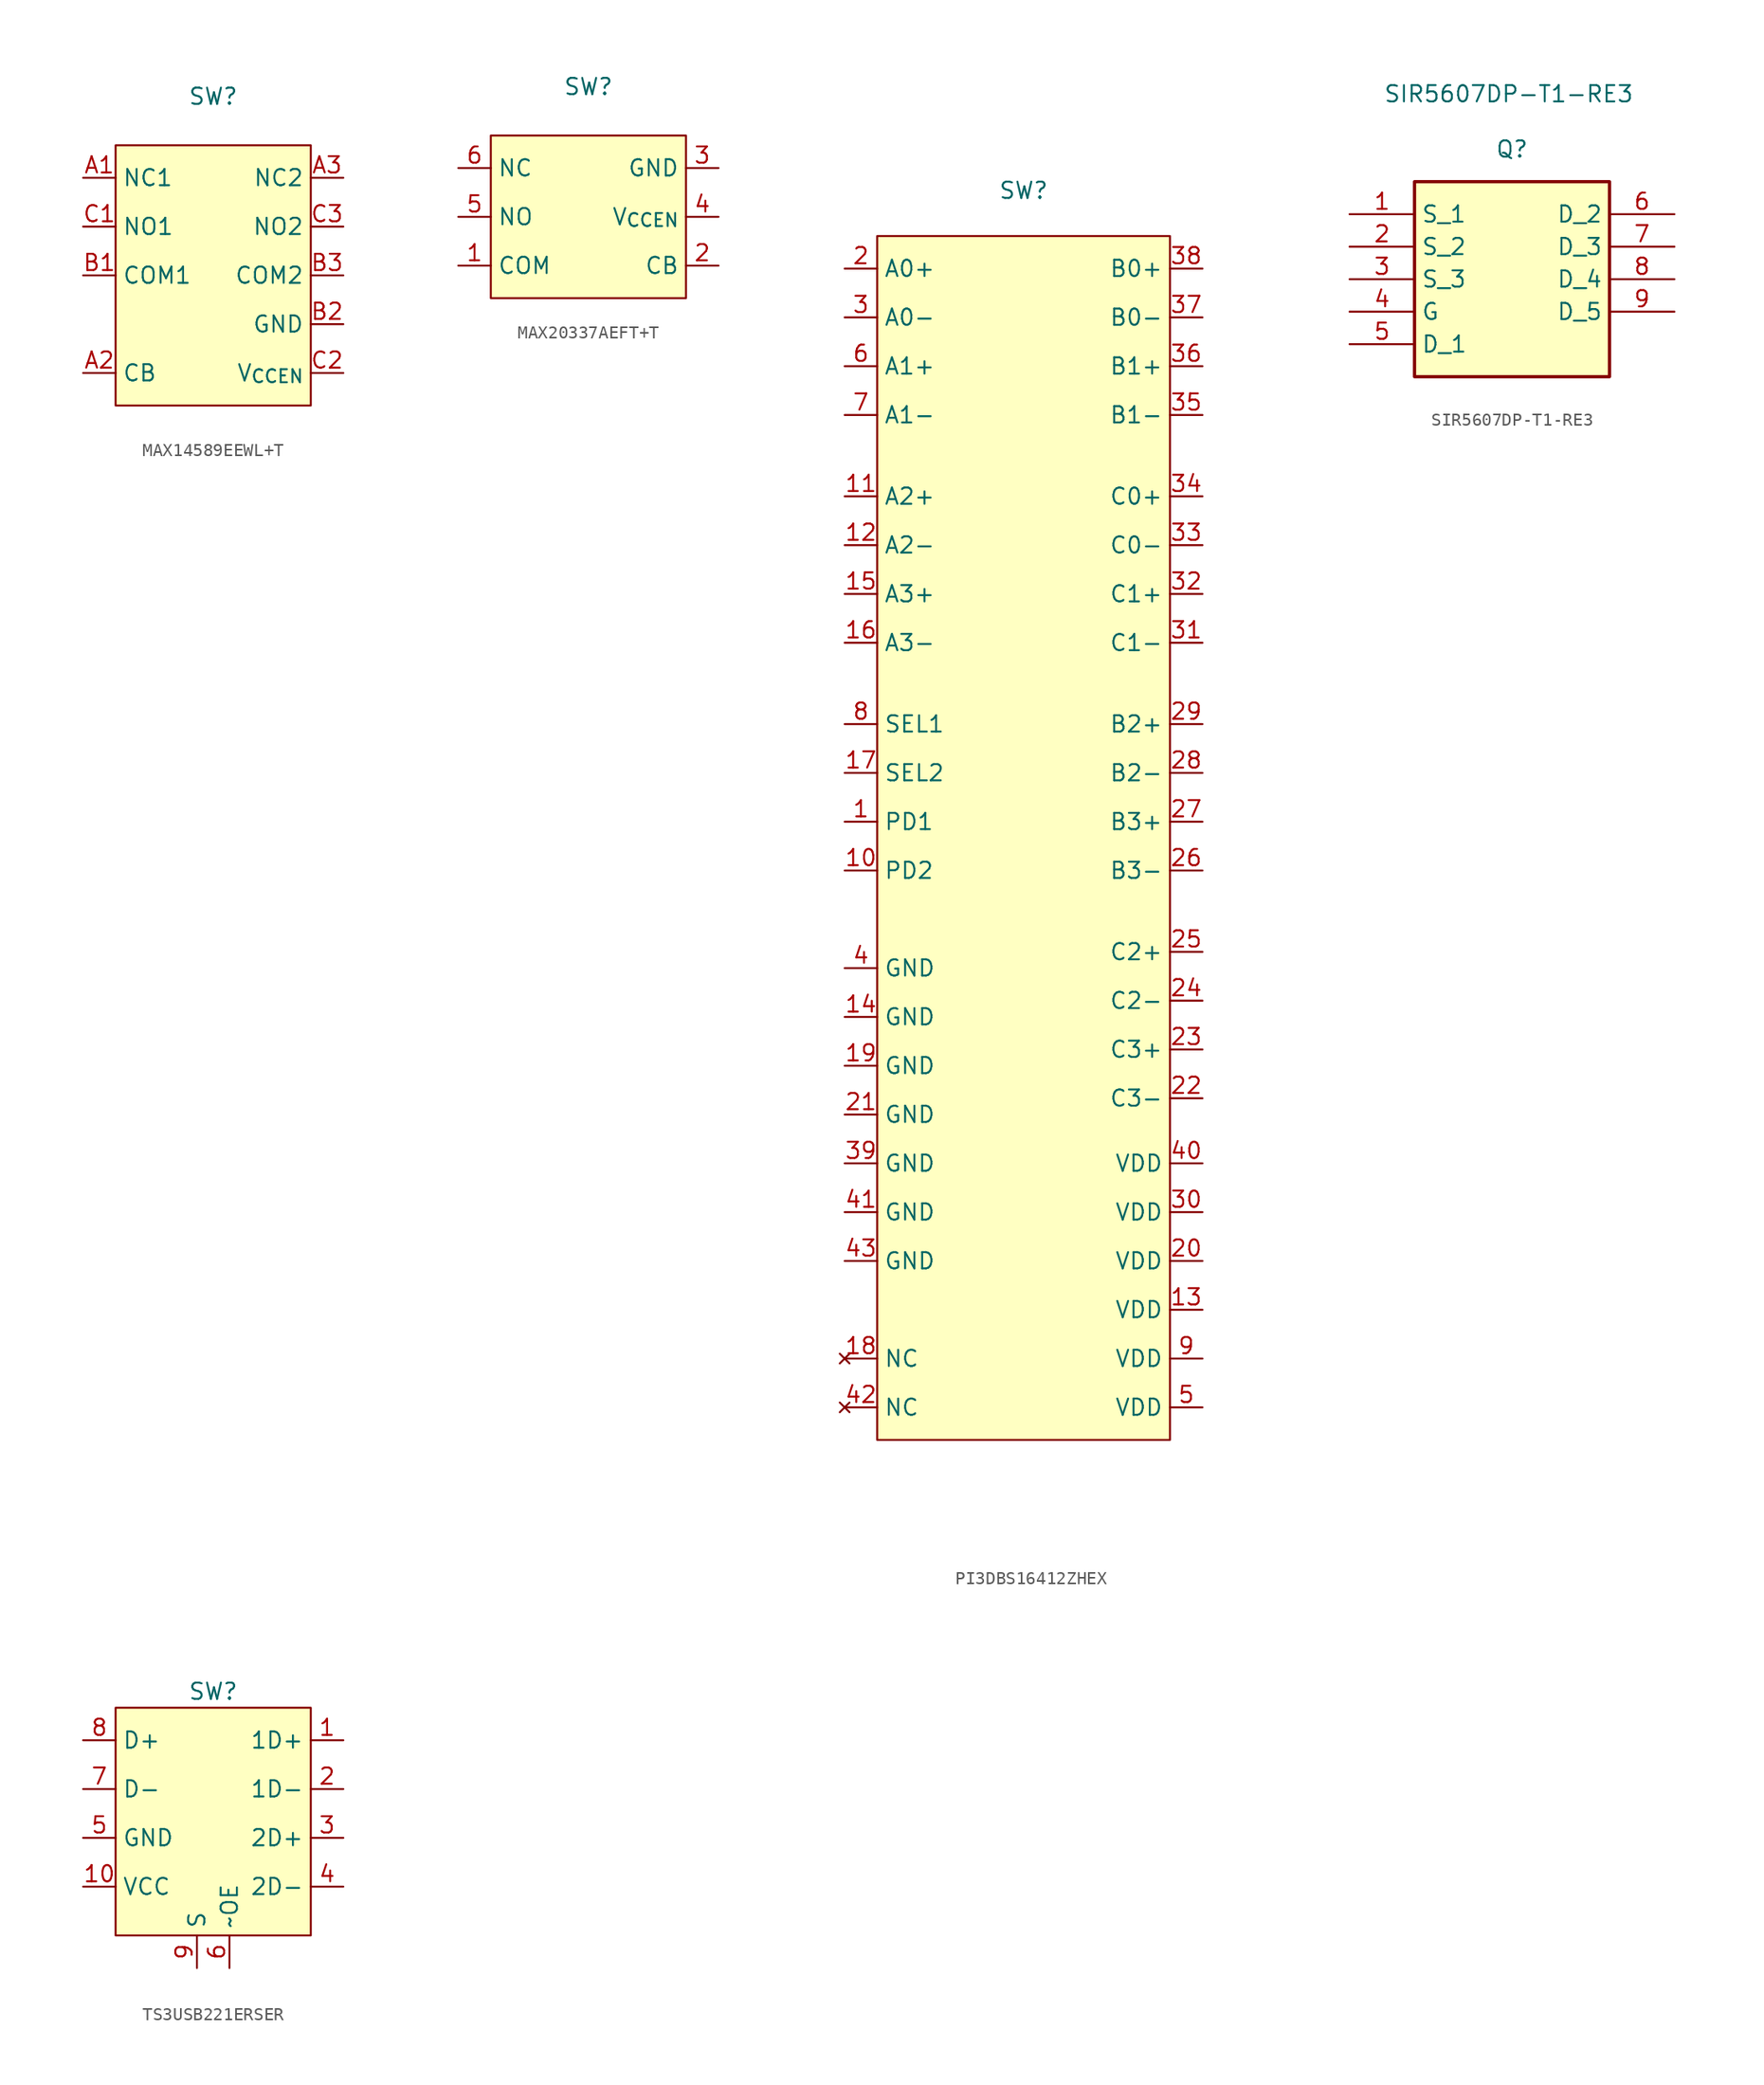
<source format=kicad_sym>
(kicad_symbol_lib
  (version 20231120)
  (generator "kicad_symbol_editor")
  (generator_version "8.0")
  (symbol "MAX14589EEWL+T"
    (property "Reference" "SW"
      (at 0 1.27 0)
      (effects (font (size 1.27 1.27))))
    (property "Value" ""
      (at 0 0 0)
      (effects (font (size 1.27 1.27))))
    (symbol "MAX14589EEWL+T_1_1"
      (rectangle (start -7.62 -2.54) (end 7.62 -22.86) (stroke (width 0) (type default)) (fill (type background)))
      (pin bidirectional line (at -10.16 -5.08 0) (length 2.54) (name "NC1" (effects (font (size 1.27 1.27)))) (number "A1" (effects (font (size 1.27 1.27)))))
      (pin input line (at -10.16 -20.32 0) (length 2.54) (name "CB" (effects (font (size 1.27 1.27)))) (number "A2" (effects (font (size 1.27 1.27)))))
      (pin bidirectional line (at 10.16 -5.08 180) (length 2.54) (name "NC2" (effects (font (size 1.27 1.27)))) (number "A3" (effects (font (size 1.27 1.27)))))
      (pin bidirectional line (at -10.16 -12.7 0) (length 2.54) (name "COM1" (effects (font (size 1.27 1.27)))) (number "B1" (effects (font (size 1.27 1.27)))))
      (pin power_in line (at 10.16 -16.51 180) (length 2.54) (name "GND" (effects (font (size 1.27 1.27)))) (number "B2" (effects (font (size 1.27 1.27)))))
      (pin bidirectional line (at 10.16 -12.7 180) (length 2.54) (name "COM2" (effects (font (size 1.27 1.27)))) (number "B3" (effects (font (size 1.27 1.27)))))
      (pin bidirectional line (at -10.16 -8.89 0) (length 2.54) (name "NO1" (effects (font (size 1.27 1.27)))) (number "C1" (effects (font (size 1.27 1.27)))))
      (pin power_in line (at 10.16 -20.32 180) (length 2.54) (name "V_{CCEN}" (effects (font (size 1.27 1.27)))) (number "C2" (effects (font (size 1.27 1.27)))))
      (pin bidirectional line (at 10.16 -8.89 180) (length 2.54) (name "NO2" (effects (font (size 1.27 1.27)))) (number "C3" (effects (font (size 1.27 1.27)))))))
  (symbol "MAX20337AEFT+T"
    (property "Reference" "SW"
      (at 0 1.27 0)
      (effects (font (size 1.27 1.27))))
    (property "Value" ""
      (at 0 1.27 0)
      (effects (font (size 1.27 1.27))))
    (symbol "MAX20337AEFT+T_1_1"
      (rectangle (start -7.62 -2.54) (end 7.62 -15.24) (stroke (width 0) (type default)) (fill (type background)))
      (pin bidirectional line (at -10.16 -12.7 0) (length 2.54) (name "COM" (effects (font (size 1.27 1.27)))) (number "1" (effects (font (size 1.27 1.27)))))
      (pin input line (at 10.16 -12.7 180) (length 2.54) (name "CB" (effects (font (size 1.27 1.27)))) (number "2" (effects (font (size 1.27 1.27)))))
      (pin power_in line (at 10.16 -5.08 180) (length 2.54) (name "GND" (effects (font (size 1.27 1.27)))) (number "3" (effects (font (size 1.27 1.27)))))
      (pin power_in line (at 10.16 -8.89 180) (length 2.54) (name "V_{CCEN}" (effects (font (size 1.27 1.27)))) (number "4" (effects (font (size 1.27 1.27)))))
      (pin bidirectional line (at -10.16 -8.89 0) (length 2.54) (name "NO" (effects (font (size 1.27 1.27)))) (number "5" (effects (font (size 1.27 1.27)))))
      (pin bidirectional line (at -10.16 -5.08 0) (length 2.54) (name "NC" (effects (font (size 1.27 1.27)))) (number "6" (effects (font (size 1.27 1.27)))))))
  (symbol "PI3DBS16412ZHEX"
    (property "Reference" "SW"
      (at 0 1.016 0)
      (effects (font (size 1.27 1.27))))
    (property "Value" ""
      (at 15.24 0 0)
      (effects (font (size 1.27 1.27))))
    (symbol "PI3DBS16412ZHEX_1_0"
      (pin input line (at -13.97 -48.26 0) (length 2.54) (name "PD1" (effects (font (size 1.27 1.27)))) (number "1" (effects (font (size 1.27 1.27)))))
      (pin input line (at -13.97 -52.07 0) (length 2.54) (name "PD2" (effects (font (size 1.27 1.27)))) (number "10" (effects (font (size 1.27 1.27)))))
      (pin power_in line (at 13.97 -86.36 180) (length 2.54) (name "VDD" (effects (font (size 1.27 1.27)))) (number "13" (effects (font (size 1.27 1.27)))))
      (pin power_in line (at -13.97 -63.5 0) (length 2.54) (name "GND" (effects (font (size 1.27 1.27)))) (number "14" (effects (font (size 1.27 1.27)))))
      (pin output line (at -13.97 -30.48 0) (length 2.54) (name "A3+" (effects (font (size 1.27 1.27)))) (number "15" (effects (font (size 1.27 1.27)))))
      (pin output line (at -13.97 -34.29 0) (length 2.54) (name "A3-" (effects (font (size 1.27 1.27)))) (number "16" (effects (font (size 1.27 1.27)))))
      (pin input line (at -13.97 -44.45 0) (length 2.54) (name "SEL2" (effects (font (size 1.27 1.27)))) (number "17" (effects (font (size 1.27 1.27)))))
      (pin no_connect line (at -13.97 -90.17 0) (length 2.54) (name "NC" (effects (font (size 1.27 1.27)))) (number "18" (effects (font (size 1.27 1.27)))))
      (pin power_in line (at -13.97 -67.31 0) (length 2.54) (name "GND" (effects (font (size 1.27 1.27)))) (number "19" (effects (font (size 1.27 1.27)))))
      (pin power_in line (at 13.97 -82.55 180) (length 2.54) (name "VDD" (effects (font (size 1.27 1.27)))) (number "20" (effects (font (size 1.27 1.27)))))
      (pin power_in line (at -13.97 -71.12 0) (length 2.54) (name "GND" (effects (font (size 1.27 1.27)))) (number "21" (effects (font (size 1.27 1.27)))))
      (pin input line (at 13.97 -69.85 180) (length 2.54) (name "C3-" (effects (font (size 1.27 1.27)))) (number "22" (effects (font (size 1.27 1.27)))))
      (pin input line (at 13.97 -66.04 180) (length 2.54) (name "C3+" (effects (font (size 1.27 1.27)))) (number "23" (effects (font (size 1.27 1.27)))))
      (pin input line (at 13.97 -62.23 180) (length 2.54) (name "C2-" (effects (font (size 1.27 1.27)))) (number "24" (effects (font (size 1.27 1.27)))))
      (pin input line (at 13.97 -58.42 180) (length 2.54) (name "C2+" (effects (font (size 1.27 1.27)))) (number "25" (effects (font (size 1.27 1.27)))))
      (pin input line (at 13.97 -52.07 180) (length 2.54) (name "B3-" (effects (font (size 1.27 1.27)))) (number "26" (effects (font (size 1.27 1.27)))))
      (pin input line (at 13.97 -48.26 180) (length 2.54) (name "B3+" (effects (font (size 1.27 1.27)))) (number "27" (effects (font (size 1.27 1.27)))))
      (pin input line (at 13.97 -44.45 180) (length 2.54) (name "B2-" (effects (font (size 1.27 1.27)))) (number "28" (effects (font (size 1.27 1.27)))))
      (pin input line (at 13.97 -40.64 180) (length 2.54) (name "B2+" (effects (font (size 1.27 1.27)))) (number "29" (effects (font (size 1.27 1.27)))))
      (pin power_in line (at 13.97 -78.74 180) (length 2.54) (name "VDD" (effects (font (size 1.27 1.27)))) (number "30" (effects (font (size 1.27 1.27)))))
      (pin input line (at 13.97 -34.29 180) (length 2.54) (name "C1-" (effects (font (size 1.27 1.27)))) (number "31" (effects (font (size 1.27 1.27)))))
      (pin input line (at 13.97 -30.48 180) (length 2.54) (name "C1+" (effects (font (size 1.27 1.27)))) (number "32" (effects (font (size 1.27 1.27)))))
      (pin input line (at 13.97 -26.67 180) (length 2.54) (name "C0-" (effects (font (size 1.27 1.27)))) (number "33" (effects (font (size 1.27 1.27)))))
      (pin input line (at 13.97 -22.86 180) (length 2.54) (name "C0+" (effects (font (size 1.27 1.27)))) (number "34" (effects (font (size 1.27 1.27)))))
      (pin input line (at 13.97 -16.51 180) (length 2.54) (name "B1-" (effects (font (size 1.27 1.27)))) (number "35" (effects (font (size 1.27 1.27)))))
      (pin input line (at 13.97 -12.7 180) (length 2.54) (name "B1+" (effects (font (size 1.27 1.27)))) (number "36" (effects (font (size 1.27 1.27)))))
      (pin input line (at 13.97 -8.89 180) (length 2.54) (name "B0-" (effects (font (size 1.27 1.27)))) (number "37" (effects (font (size 1.27 1.27)))))
      (pin input line (at 13.97 -5.08 180) (length 2.54) (name "B0+" (effects (font (size 1.27 1.27)))) (number "38" (effects (font (size 1.27 1.27)))))
      (pin power_in line (at -13.97 -74.93 0) (length 2.54) (name "GND" (effects (font (size 1.27 1.27)))) (number "39" (effects (font (size 1.27 1.27)))))
      (pin power_in line (at -13.97 -59.69 0) (length 2.54) (name "GND" (effects (font (size 1.27 1.27)))) (number "4" (effects (font (size 1.27 1.27)))))
      (pin power_in line (at 13.97 -74.93 180) (length 2.54) (name "VDD" (effects (font (size 1.27 1.27)))) (number "40" (effects (font (size 1.27 1.27)))))
      (pin power_in line (at -13.97 -78.74 0) (length 2.54) (name "GND" (effects (font (size 1.27 1.27)))) (number "41" (effects (font (size 1.27 1.27)))))
      (pin no_connect line (at -13.97 -93.98 0) (length 2.54) (name "NC" (effects (font (size 1.27 1.27)))) (number "42" (effects (font (size 1.27 1.27)))))
      (pin power_in line (at -13.97 -82.55 0) (length 2.54) (name "GND" (effects (font (size 1.27 1.27)))) (number "43" (effects (font (size 1.27 1.27)))))
      (pin power_in line (at 13.97 -93.98 180) (length 2.54) (name "VDD" (effects (font (size 1.27 1.27)))) (number "5" (effects (font (size 1.27 1.27)))))
      (pin input line (at -13.97 -40.64 0) (length 2.54) (name "SEL1" (effects (font (size 1.27 1.27)))) (number "8" (effects (font (size 1.27 1.27)))))
      (pin power_in line (at 13.97 -90.17 180) (length 2.54) (name "VDD" (effects (font (size 1.27 1.27)))) (number "9" (effects (font (size 1.27 1.27))))))
    (symbol "PI3DBS16412ZHEX_1_1"
      (rectangle (start -11.43 -2.54) (end 11.43 -96.52) (stroke (width 0) (type default)) (fill (type background)))
      (pin output line (at -13.97 -22.86 0) (length 2.54) (name "A2+" (effects (font (size 1.27 1.27)))) (number "11" (effects (font (size 1.27 1.27)))))
      (pin output line (at -13.97 -26.67 0) (length 2.54) (name "A2-" (effects (font (size 1.27 1.27)))) (number "12" (effects (font (size 1.27 1.27)))))
      (pin output line (at -13.97 -5.08 0) (length 2.54) (name "A0+" (effects (font (size 1.27 1.27)))) (number "2" (effects (font (size 1.27 1.27)))))
      (pin output line (at -13.97 -8.89 0) (length 2.54) (name "A0-" (effects (font (size 1.27 1.27)))) (number "3" (effects (font (size 1.27 1.27)))))
      (pin output line (at -13.97 -12.7 0) (length 2.54) (name "A1+" (effects (font (size 1.27 1.27)))) (number "6" (effects (font (size 1.27 1.27)))))
      (pin output line (at -13.97 -16.51 0) (length 2.54) (name "A1-" (effects (font (size 1.27 1.27)))) (number "7" (effects (font (size 1.27 1.27)))))))
  (symbol "SIR5607DP-T1-RE3"
    (property "Reference" "Q"
      (at 12.7 5.08 0)
      (effects (font (size 1.27 1.27))))
    (property "Value" "SIR5607DP-T1-RE3 "
      (at 12.446 9.398 0)
      (effects (font (size 1.27 1.27))))
    (symbol "SIR5607DP-T1-RE3_1_1"
      (rectangle (start 5.08 2.54) (end 20.32 -12.7) (stroke (width 0.254) (type default)) (fill (type background)))
      (pin passive line (at 0 0 0) (length 5.08) (name "S_1" (effects (font (size 1.27 1.27)))) (number "1" (effects (font (size 1.27 1.27)))))
      (pin passive line (at 0 -2.54 0) (length 5.08) (name "S_2" (effects (font (size 1.27 1.27)))) (number "2" (effects (font (size 1.27 1.27)))))
      (pin passive line (at 0 -5.08 0) (length 5.08) (name "S_3" (effects (font (size 1.27 1.27)))) (number "3" (effects (font (size 1.27 1.27)))))
      (pin passive line (at 0 -7.62 0) (length 5.08) (name "G" (effects (font (size 1.27 1.27)))) (number "4" (effects (font (size 1.27 1.27)))))
      (pin passive line (at 0 -10.16 0) (length 5.08) (name "D_1" (effects (font (size 1.27 1.27)))) (number "5" (effects (font (size 1.27 1.27)))))
      (pin passive line (at 25.4 0 180) (length 5.08) (name "D_2" (effects (font (size 1.27 1.27)))) (number "6" (effects (font (size 1.27 1.27)))))
      (pin passive line (at 25.4 -2.54 180) (length 5.08) (name "D_3" (effects (font (size 1.27 1.27)))) (number "7" (effects (font (size 1.27 1.27)))))
      (pin passive line (at 25.4 -5.08 180) (length 5.08) (name "D_4" (effects (font (size 1.27 1.27)))) (number "8" (effects (font (size 1.27 1.27)))))
      (pin passive line (at 25.4 -7.62 180) (length 5.08) (name "D_5" (effects (font (size 1.27 1.27)))) (number "9" (effects (font (size 1.27 1.27)))))))
  (symbol "TS3USB221ERSER"
    (property "Reference" "SW"
      (at 0 -1.27 0)
      (effects (font (size 1.27 1.27))))
    (property "Value" ""
      (at -2.54 -3.81 0)
      (effects (font (size 1.27 1.27))))
    (symbol "TS3USB221ERSER_1_0"
      (pin input line (at 10.16 -5.08 180) (length 2.54) (name "1D+" (effects (font (size 1.27 1.27)))) (number "1" (effects (font (size 1.27 1.27)))))
      (pin power_in line (at -10.16 -16.51 0) (length 2.54) (name "VCC" (effects (font (size 1.27 1.27)))) (number "10" (effects (font (size 1.27 1.27)))))
      (pin input line (at 10.16 -8.89 180) (length 2.54) (name "1D-" (effects (font (size 1.27 1.27)))) (number "2" (effects (font (size 1.27 1.27)))))
      (pin input line (at 10.16 -12.7 180) (length 2.54) (name "2D+" (effects (font (size 1.27 1.27)))) (number "3" (effects (font (size 1.27 1.27)))))
      (pin input line (at 10.16 -16.51 180) (length 2.54) (name "2D-" (effects (font (size 1.27 1.27)))) (number "4" (effects (font (size 1.27 1.27)))))
      (pin power_in line (at -10.16 -12.7 0) (length 2.54) (name "GND" (effects (font (size 1.27 1.27)))) (number "5" (effects (font (size 1.27 1.27)))))
      (pin input line (at 1.27 -22.86 90) (length 2.54) (name "~OE" (effects (font (size 1.27 1.27)))) (number "6" (effects (font (size 1.27 1.27)))))
      (pin output line (at -10.16 -8.89 0) (length 2.54) (name "D-" (effects (font (size 1.27 1.27)))) (number "7" (effects (font (size 1.27 1.27)))))
      (pin output line (at -10.16 -5.08 0) (length 2.54) (name "D+" (effects (font (size 1.27 1.27)))) (number "8" (effects (font (size 1.27 1.27)))))
      (pin input line (at -1.27 -22.86 90) (length 2.54) (name "S" (effects (font (size 1.27 1.27)))) (number "9" (effects (font (size 1.27 1.27))))))
    (symbol "TS3USB221ERSER_1_1"
      (rectangle (start -7.62 -2.54) (end 7.62 -20.32) (stroke (width 0) (type default)) (fill (type background))))))
</source>
